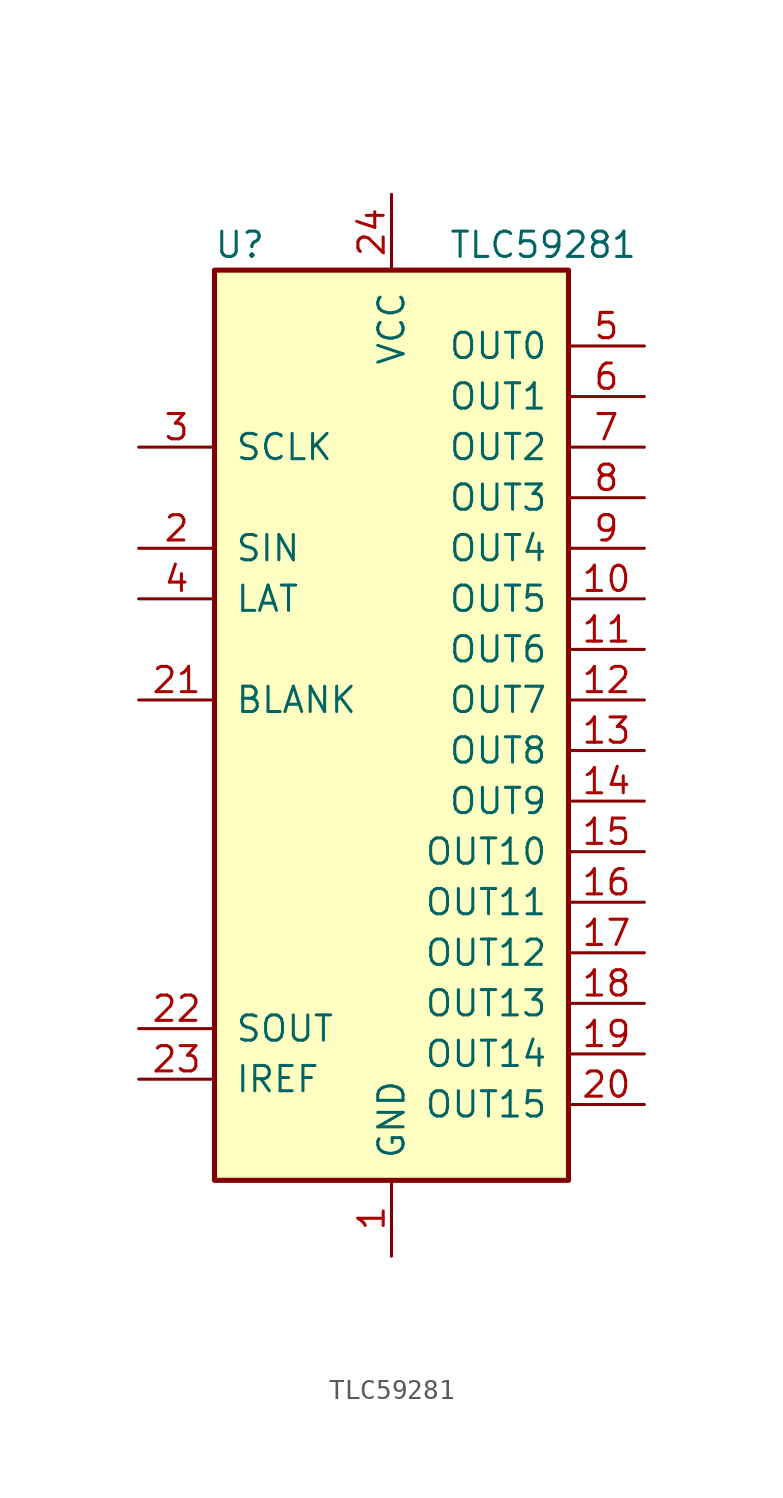
<source format=kicad_sym>
(kicad_symbol_lib
  (version 20201005)
  (generator kicad_symbol_editor)
  (symbol "TLC59281"
    (pin_names
      (offset 1.016))
    (property "Reference" "U"
      (at -3.81 -6.35 0)
      (effects (font (size 1.27 1.27))))
    (property "Value" "TLC59281"
      (at 11.43 -6.35 0)
      (effects (font (size 1.27 1.27))))
    (symbol "TLC59281_1_1"
      (rectangle (start -5.08 -7.62) (end 12.7 -53.34) (stroke (width 0.254)) (fill (type background)))
      (pin power_in line (at 3.81 -57.15 90) (length 3.81) (name "GND" (effects (font (size 1.27 1.27)))) (number "1" (effects (font (size 1.27 1.27)))))
      (pin output line (at 16.51 -24.13 180) (length 3.81) (name "OUT5" (effects (font (size 1.27 1.27)))) (number "10" (effects (font (size 1.27 1.27)))))
      (pin output line (at 16.51 -26.67 180) (length 3.81) (name "OUT6" (effects (font (size 1.27 1.27)))) (number "11" (effects (font (size 1.27 1.27)))))
      (pin output line (at 16.51 -29.21 180) (length 3.81) (name "OUT7" (effects (font (size 1.27 1.27)))) (number "12" (effects (font (size 1.27 1.27)))))
      (pin output line (at 16.51 -31.75 180) (length 3.81) (name "OUT8" (effects (font (size 1.27 1.27)))) (number "13" (effects (font (size 1.27 1.27)))))
      (pin output line (at 16.51 -34.29 180) (length 3.81) (name "OUT9" (effects (font (size 1.27 1.27)))) (number "14" (effects (font (size 1.27 1.27)))))
      (pin output line (at 16.51 -36.83 180) (length 3.81) (name "OUT10" (effects (font (size 1.27 1.27)))) (number "15" (effects (font (size 1.27 1.27)))))
      (pin output line (at 16.51 -39.37 180) (length 3.81) (name "OUT11" (effects (font (size 1.27 1.27)))) (number "16" (effects (font (size 1.27 1.27)))))
      (pin output line (at 16.51 -41.91 180) (length 3.81) (name "OUT12" (effects (font (size 1.27 1.27)))) (number "17" (effects (font (size 1.27 1.27)))))
      (pin output line (at 16.51 -44.45 180) (length 3.81) (name "OUT13" (effects (font (size 1.27 1.27)))) (number "18" (effects (font (size 1.27 1.27)))))
      (pin output line (at 16.51 -46.99 180) (length 3.81) (name "OUT14" (effects (font (size 1.27 1.27)))) (number "19" (effects (font (size 1.27 1.27)))))
      (pin input line (at -8.89 -21.59 0) (length 3.81) (name "SIN" (effects (font (size 1.27 1.27)))) (number "2" (effects (font (size 1.27 1.27)))))
      (pin output line (at 16.51 -49.53 180) (length 3.81) (name "OUT15" (effects (font (size 1.27 1.27)))) (number "20" (effects (font (size 1.27 1.27)))))
      (pin input line (at -8.89 -29.21 0) (length 3.81) (name "BLANK" (effects (font (size 1.27 1.27)))) (number "21" (effects (font (size 1.27 1.27)))))
      (pin output line (at -8.89 -45.72 0) (length 3.81) (name "SOUT" (effects (font (size 1.27 1.27)))) (number "22" (effects (font (size 1.27 1.27)))))
      (pin output line (at -8.89 -48.26 0) (length 3.81) (name "IREF" (effects (font (size 1.27 1.27)))) (number "23" (effects (font (size 1.27 1.27)))))
      (pin power_in line (at 3.81 -3.81 270) (length 3.81) (name "VCC" (effects (font (size 1.27 1.27)))) (number "24" (effects (font (size 1.27 1.27)))))
      (pin input line (at -8.89 -16.51 0) (length 3.81) (name "SCLK" (effects (font (size 1.27 1.27)))) (number "3" (effects (font (size 1.27 1.27)))))
      (pin input line (at -8.89 -24.13 0) (length 3.81) (name "LAT" (effects (font (size 1.27 1.27)))) (number "4" (effects (font (size 1.27 1.27)))))
      (pin output line (at 16.51 -11.43 180) (length 3.81) (name "OUT0" (effects (font (size 1.27 1.27)))) (number "5" (effects (font (size 1.27 1.27)))))
      (pin output line (at 16.51 -13.97 180) (length 3.81) (name "OUT1" (effects (font (size 1.27 1.27)))) (number "6" (effects (font (size 1.27 1.27)))))
      (pin output line (at 16.51 -16.51 180) (length 3.81) (name "OUT2" (effects (font (size 1.27 1.27)))) (number "7" (effects (font (size 1.27 1.27)))))
      (pin output line (at 16.51 -19.05 180) (length 3.81) (name "OUT3" (effects (font (size 1.27 1.27)))) (number "8" (effects (font (size 1.27 1.27)))))
      (pin output line (at 16.51 -21.59 180) (length 3.81) (name "OUT4" (effects (font (size 1.27 1.27)))) (number "9" (effects (font (size 1.27 1.27))))))))
</source>
